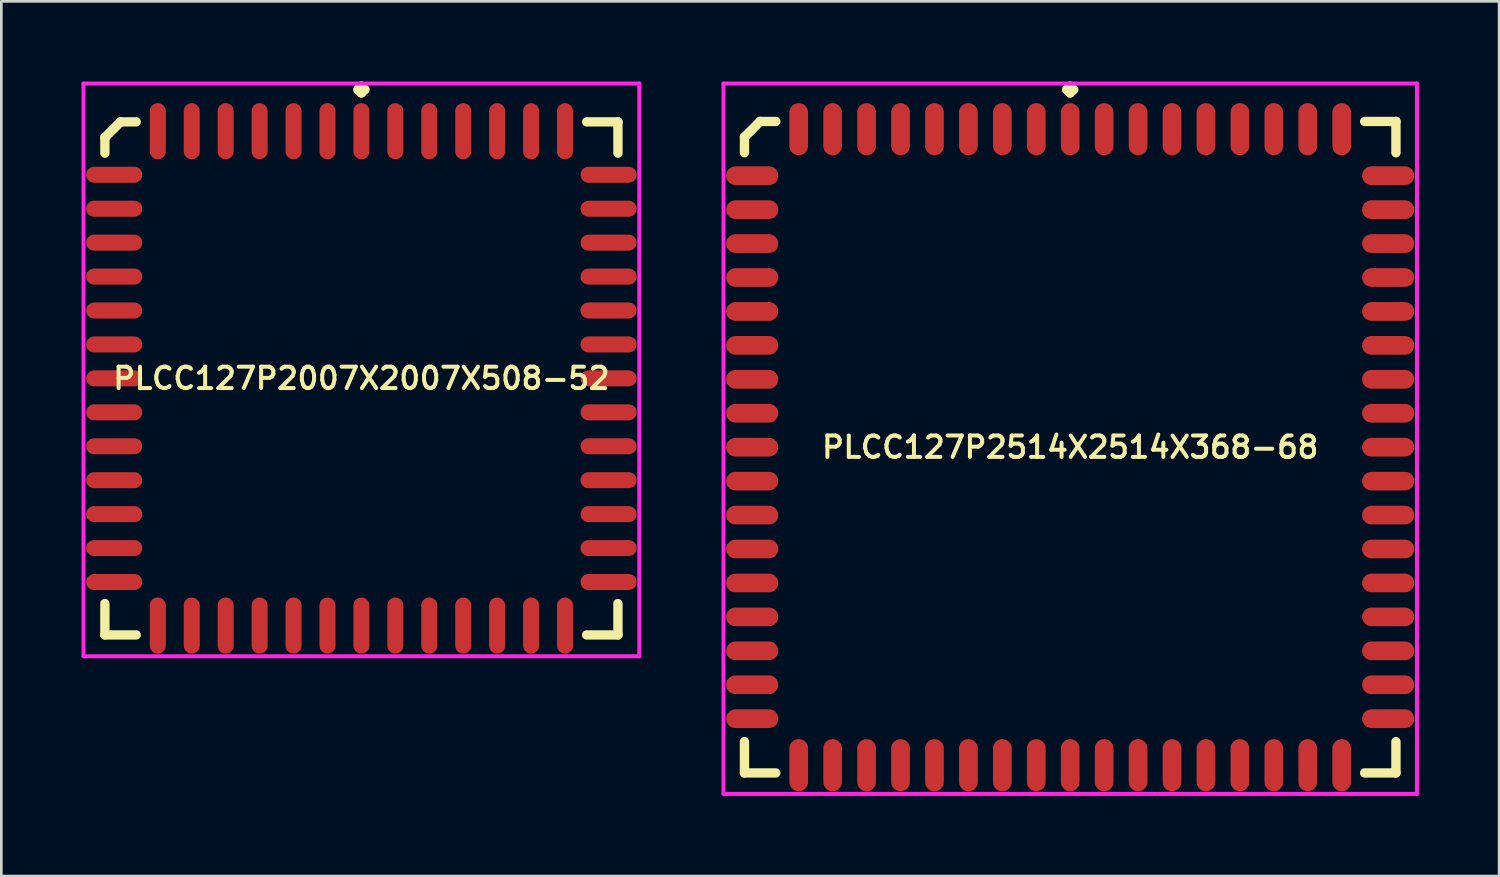
<source format=kicad_pcb>
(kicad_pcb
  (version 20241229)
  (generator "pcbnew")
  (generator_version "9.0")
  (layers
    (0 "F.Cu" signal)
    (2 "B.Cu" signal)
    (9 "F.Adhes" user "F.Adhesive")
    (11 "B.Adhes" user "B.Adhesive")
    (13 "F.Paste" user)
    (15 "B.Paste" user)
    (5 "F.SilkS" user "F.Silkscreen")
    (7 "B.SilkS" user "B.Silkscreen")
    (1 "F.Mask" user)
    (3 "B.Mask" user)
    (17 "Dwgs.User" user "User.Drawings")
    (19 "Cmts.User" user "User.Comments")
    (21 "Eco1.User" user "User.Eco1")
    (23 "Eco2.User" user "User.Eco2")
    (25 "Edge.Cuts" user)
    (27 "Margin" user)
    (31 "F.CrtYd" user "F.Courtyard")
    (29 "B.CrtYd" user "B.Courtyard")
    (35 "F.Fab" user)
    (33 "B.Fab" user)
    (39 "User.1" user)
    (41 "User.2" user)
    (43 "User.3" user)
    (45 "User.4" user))
  (footprint "PLCC127P2007X2007X508-52"
    (layer "F.Cu")
    (at 10.475 11.11)
    (property "Reference" "PLCC127P2007X2007X508-52" (at 0 0 0) (layer "F.SilkS") (effects (font (size 0.8 0.8) (thickness 0.15))))
    (attr through_hole)
    (fp_line (start -9.6 -9.014) (end -9.014 -9.6) (stroke (width 0.35) (type solid)) (layer "F.SilkS"))
    (fp_line (start -9.6 -8.428) (end -9.6 -9.014) (stroke (width 0.35) (type solid)) (layer "F.SilkS"))
    (fp_line (start -9.6 8.428) (end -9.6 9.6) (stroke (width 0.35) (type solid)) (layer "F.SilkS"))
    (fp_line (start -9.6 9.6) (end -8.428 9.6) (stroke (width 0.35) (type solid)) (layer "F.SilkS"))
    (fp_line (start -9.014 -9.6) (end -8.428 -9.6) (stroke (width 0.35) (type solid)) (layer "F.SilkS"))
    (fp_line (start -0.127 -10.808) (end 0 -10.935) (stroke (width 0.35) (type solid)) (layer "F.SilkS"))
    (fp_line (start 0 -10.935) (end 0.127 -10.808) (stroke (width 0.35) (type solid)) (layer "F.SilkS"))
    (fp_line (start 0 -10.681) (end -0.127 -10.808) (stroke (width 0.35) (type solid)) (layer "F.SilkS"))
    (fp_line (start 0.127 -10.808) (end 0 -10.681) (stroke (width 0.35) (type solid)) (layer "F.SilkS"))
    (fp_line (start 9.6 -9.6) (end 8.428 -9.6) (stroke (width 0.35) (type solid)) (layer "F.SilkS"))
    (fp_line (start 9.6 -8.428) (end 9.6 -9.6) (stroke (width 0.35) (type solid)) (layer "F.SilkS"))
    (fp_line (start 9.6 8.428) (end 9.6 9.6) (stroke (width 0.35) (type solid)) (layer "F.SilkS"))
    (fp_line (start 9.6 9.6) (end 8.428 9.6) (stroke (width 0.35) (type solid)) (layer "F.SilkS"))
    (fp_line (start -10.4 -11.035) (end 10.4 -11.035) (stroke (width 0.15) (type solid)) (layer "F.CrtYd"))
    (fp_line (start -10.4 10.4) (end -10.4 -11.035) (stroke (width 0.15) (type solid)) (layer "F.CrtYd"))
    (fp_line (start 10.4 -11.035) (end 10.4 10.4) (stroke (width 0.15) (type solid)) (layer "F.CrtYd"))
    (fp_line (start 10.4 10.4) (end -10.4 10.4) (stroke (width 0.15) (type solid)) (layer "F.CrtYd"))
    (pad "1" smd oval (at 0 -9.25) (size 0.6 2.1) (layers "F.Cu" "F.Mask" "F.Paste"))
    (pad "2" smd oval (at -1.27 -9.25) (size 0.6 2.1) (layers "F.Cu" "F.Mask" "F.Paste"))
    (pad "3" smd oval (at -2.54 -9.25) (size 0.6 2.1) (layers "F.Cu" "F.Mask" "F.Paste"))
    (pad "4" smd oval (at -3.81 -9.25) (size 0.6 2.1) (layers "F.Cu" "F.Mask" "F.Paste"))
    (pad "5" smd oval (at -5.08 -9.25) (size 0.6 2.1) (layers "F.Cu" "F.Mask" "F.Paste"))
    (pad "6" smd oval (at -6.35 -9.25) (size 0.6 2.1) (layers "F.Cu" "F.Mask" "F.Paste"))
    (pad "7" smd oval (at -7.62 -9.25) (size 0.6 2.1) (layers "F.Cu" "F.Mask" "F.Paste"))
    (pad "8" smd oval (at -9.25 -7.62) (size 2.1 0.6) (layers "F.Cu" "F.Mask" "F.Paste"))
    (pad "9" smd oval (at -9.25 -6.35) (size 2.1 0.6) (layers "F.Cu" "F.Mask" "F.Paste"))
    (pad "10" smd oval (at -9.25 -5.08) (size 2.1 0.6) (layers "F.Cu" "F.Mask" "F.Paste"))
    (pad "11" smd oval (at -9.25 -3.81) (size 2.1 0.6) (layers "F.Cu" "F.Mask" "F.Paste"))
    (pad "12" smd oval (at -9.25 -2.54) (size 2.1 0.6) (layers "F.Cu" "F.Mask" "F.Paste"))
    (pad "13" smd oval (at -9.25 -1.27) (size 2.1 0.6) (layers "F.Cu" "F.Mask" "F.Paste"))
    (pad "14" smd oval (at -9.25 0) (size 2.1 0.6) (layers "F.Cu" "F.Mask" "F.Paste"))
    (pad "15" smd oval (at -9.25 1.27) (size 2.1 0.6) (layers "F.Cu" "F.Mask" "F.Paste"))
    (pad "16" smd oval (at -9.25 2.54) (size 2.1 0.6) (layers "F.Cu" "F.Mask" "F.Paste"))
    (pad "17" smd oval (at -9.25 3.81) (size 2.1 0.6) (layers "F.Cu" "F.Mask" "F.Paste"))
    (pad "18" smd oval (at -9.25 5.08) (size 2.1 0.6) (layers "F.Cu" "F.Mask" "F.Paste"))
    (pad "19" smd oval (at -9.25 6.35) (size 2.1 0.6) (layers "F.Cu" "F.Mask" "F.Paste"))
    (pad "20" smd oval (at -9.25 7.62) (size 2.1 0.6) (layers "F.Cu" "F.Mask" "F.Paste"))
    (pad "21" smd oval (at -7.62 9.25) (size 0.6 2.1) (layers "F.Cu" "F.Mask" "F.Paste"))
    (pad "22" smd oval (at -6.35 9.25) (size 0.6 2.1) (layers "F.Cu" "F.Mask" "F.Paste"))
    (pad "23" smd oval (at -5.08 9.25) (size 0.6 2.1) (layers "F.Cu" "F.Mask" "F.Paste"))
    (pad "24" smd oval (at -3.81 9.25) (size 0.6 2.1) (layers "F.Cu" "F.Mask" "F.Paste"))
    (pad "25" smd oval (at -2.54 9.25) (size 0.6 2.1) (layers "F.Cu" "F.Mask" "F.Paste"))
    (pad "26" smd oval (at -1.27 9.25) (size 0.6 2.1) (layers "F.Cu" "F.Mask" "F.Paste"))
    (pad "27" smd oval (at 0 9.25) (size 0.6 2.1) (layers "F.Cu" "F.Mask" "F.Paste"))
    (pad "28" smd oval (at 1.27 9.25) (size 0.6 2.1) (layers "F.Cu" "F.Mask" "F.Paste"))
    (pad "29" smd oval (at 2.54 9.25) (size 0.6 2.1) (layers "F.Cu" "F.Mask" "F.Paste"))
    (pad "30" smd oval (at 3.81 9.25) (size 0.6 2.1) (layers "F.Cu" "F.Mask" "F.Paste"))
    (pad "31" smd oval (at 5.08 9.25) (size 0.6 2.1) (layers "F.Cu" "F.Mask" "F.Paste"))
    (pad "32" smd oval (at 6.35 9.25) (size 0.6 2.1) (layers "F.Cu" "F.Mask" "F.Paste"))
    (pad "33" smd oval (at 7.62 9.25) (size 0.6 2.1) (layers "F.Cu" "F.Mask" "F.Paste"))
    (pad "34" smd oval (at 9.25 7.62) (size 2.1 0.6) (layers "F.Cu" "F.Mask" "F.Paste"))
    (pad "35" smd oval (at 9.25 6.35) (size 2.1 0.6) (layers "F.Cu" "F.Mask" "F.Paste"))
    (pad "36" smd oval (at 9.25 5.08) (size 2.1 0.6) (layers "F.Cu" "F.Mask" "F.Paste"))
    (pad "37" smd oval (at 9.25 3.81) (size 2.1 0.6) (layers "F.Cu" "F.Mask" "F.Paste"))
    (pad "38" smd oval (at 9.25 2.54) (size 2.1 0.6) (layers "F.Cu" "F.Mask" "F.Paste"))
    (pad "39" smd oval (at 9.25 1.27) (size 2.1 0.6) (layers "F.Cu" "F.Mask" "F.Paste"))
    (pad "40" smd oval (at 9.25 0) (size 2.1 0.6) (layers "F.Cu" "F.Mask" "F.Paste"))
    (pad "41" smd oval (at 9.25 -1.27) (size 2.1 0.6) (layers "F.Cu" "F.Mask" "F.Paste"))
    (pad "42" smd oval (at 9.25 -2.54) (size 2.1 0.6) (layers "F.Cu" "F.Mask" "F.Paste"))
    (pad "43" smd oval (at 9.25 -3.81) (size 2.1 0.6) (layers "F.Cu" "F.Mask" "F.Paste"))
    (pad "44" smd oval (at 9.25 -5.08) (size 2.1 0.6) (layers "F.Cu" "F.Mask" "F.Paste"))
    (pad "45" smd oval (at 9.25 -6.35) (size 2.1 0.6) (layers "F.Cu" "F.Mask" "F.Paste"))
    (pad "46" smd oval (at 9.25 -7.62) (size 2.1 0.6) (layers "F.Cu" "F.Mask" "F.Paste"))
    (pad "47" smd oval (at 7.62 -9.25) (size 0.6 2.1) (layers "F.Cu" "F.Mask" "F.Paste"))
    (pad "48" smd oval (at 6.35 -9.25) (size 0.6 2.1) (layers "F.Cu" "F.Mask" "F.Paste"))
    (pad "49" smd oval (at 5.08 -9.25) (size 0.6 2.1) (layers "F.Cu" "F.Mask" "F.Paste"))
    (pad "50" smd oval (at 3.81 -9.25) (size 0.6 2.1) (layers "F.Cu" "F.Mask" "F.Paste"))
    (pad "51" smd oval (at 2.54 -9.25) (size 0.6 2.1) (layers "F.Cu" "F.Mask" "F.Paste"))
    (pad "52" smd oval (at 1.27 -9.25) (size 0.6 2.1) (layers "F.Cu" "F.Mask" "F.Paste")))
  (footprint "PLCC127P2514X2514X368-68"
    (layer "F.Cu")
    (at 37 13.685)
    (property "Reference" "PLCC127P2514X2514X368-68" (at 0 0 0) (layer "F.SilkS") (effects (font (size 0.8 0.8) (thickness 0.15))))
    (attr through_hole)
    (fp_line (start -12.19 -11.604) (end -11.604 -12.19) (stroke (width 0.35) (type solid)) (layer "F.SilkS"))
    (fp_line (start -12.19 -11.018) (end -12.19 -11.604) (stroke (width 0.35) (type solid)) (layer "F.SilkS"))
    (fp_line (start -12.19 11.018) (end -12.19 12.19) (stroke (width 0.35) (type solid)) (layer "F.SilkS"))
    (fp_line (start -12.19 12.19) (end -11.018 12.19) (stroke (width 0.35) (type solid)) (layer "F.SilkS"))
    (fp_line (start -11.604 -12.19) (end -11.018 -12.19) (stroke (width 0.35) (type solid)) (layer "F.SilkS"))
    (fp_line (start -0.127 -13.383) (end 0 -13.51) (stroke (width 0.35) (type solid)) (layer "F.SilkS"))
    (fp_line (start 0 -13.51) (end 0.127 -13.383) (stroke (width 0.35) (type solid)) (layer "F.SilkS"))
    (fp_line (start 0 -13.256) (end -0.127 -13.383) (stroke (width 0.35) (type solid)) (layer "F.SilkS"))
    (fp_line (start 0.127 -13.383) (end 0 -13.256) (stroke (width 0.35) (type solid)) (layer "F.SilkS"))
    (fp_line (start 12.19 -12.19) (end 11.018 -12.19) (stroke (width 0.35) (type solid)) (layer "F.SilkS"))
    (fp_line (start 12.19 -11.018) (end 12.19 -12.19) (stroke (width 0.35) (type solid)) (layer "F.SilkS"))
    (fp_line (start 12.19 11.018) (end 12.19 12.19) (stroke (width 0.35) (type solid)) (layer "F.SilkS"))
    (fp_line (start 12.19 12.19) (end 11.018 12.19) (stroke (width 0.35) (type solid)) (layer "F.SilkS"))
    (fp_line (start -12.975 -13.61) (end 12.975 -13.61) (stroke (width 0.15) (type solid)) (layer "F.CrtYd"))
    (fp_line (start -12.975 12.975) (end -12.975 -13.61) (stroke (width 0.15) (type solid)) (layer "F.CrtYd"))
    (fp_line (start 12.975 -13.61) (end 12.975 12.975) (stroke (width 0.15) (type solid)) (layer "F.CrtYd"))
    (fp_line (start 12.975 12.975) (end -12.975 12.975) (stroke (width 0.15) (type solid)) (layer "F.CrtYd"))
    (pad "1" smd oval (at 0 -11.9) (size 0.7 1.95) (layers "F.Cu" "F.Mask" "F.Paste"))
    (pad "2" smd oval (at -1.27 -11.9) (size 0.7 1.95) (layers "F.Cu" "F.Mask" "F.Paste"))
    (pad "3" smd oval (at -2.54 -11.9) (size 0.7 1.95) (layers "F.Cu" "F.Mask" "F.Paste"))
    (pad "4" smd oval (at -3.81 -11.9) (size 0.7 1.95) (layers "F.Cu" "F.Mask" "F.Paste"))
    (pad "5" smd oval (at -5.08 -11.9) (size 0.7 1.95) (layers "F.Cu" "F.Mask" "F.Paste"))
    (pad "6" smd oval (at -6.35 -11.9) (size 0.7 1.95) (layers "F.Cu" "F.Mask" "F.Paste"))
    (pad "7" smd oval (at -7.62 -11.9) (size 0.7 1.95) (layers "F.Cu" "F.Mask" "F.Paste"))
    (pad "8" smd oval (at -8.89 -11.9) (size 0.7 1.95) (layers "F.Cu" "F.Mask" "F.Paste"))
    (pad "9" smd oval (at -10.16 -11.9) (size 0.7 1.95) (layers "F.Cu" "F.Mask" "F.Paste"))
    (pad "10" smd oval (at -11.9 -10.16) (size 1.95 0.7) (layers "F.Cu" "F.Mask" "F.Paste"))
    (pad "11" smd oval (at -11.9 -8.89) (size 1.95 0.7) (layers "F.Cu" "F.Mask" "F.Paste"))
    (pad "12" smd oval (at -11.9 -7.62) (size 1.95 0.7) (layers "F.Cu" "F.Mask" "F.Paste"))
    (pad "13" smd oval (at -11.9 -6.35) (size 1.95 0.7) (layers "F.Cu" "F.Mask" "F.Paste"))
    (pad "14" smd oval (at -11.9 -5.08) (size 1.95 0.7) (layers "F.Cu" "F.Mask" "F.Paste"))
    (pad "15" smd oval (at -11.9 -3.81) (size 1.95 0.7) (layers "F.Cu" "F.Mask" "F.Paste"))
    (pad "16" smd oval (at -11.9 -2.54) (size 1.95 0.7) (layers "F.Cu" "F.Mask" "F.Paste"))
    (pad "17" smd oval (at -11.9 -1.27) (size 1.95 0.7) (layers "F.Cu" "F.Mask" "F.Paste"))
    (pad "18" smd oval (at -11.9 0) (size 1.95 0.7) (layers "F.Cu" "F.Mask" "F.Paste"))
    (pad "19" smd oval (at -11.9 1.27) (size 1.95 0.7) (layers "F.Cu" "F.Mask" "F.Paste"))
    (pad "20" smd oval (at -11.9 2.54) (size 1.95 0.7) (layers "F.Cu" "F.Mask" "F.Paste"))
    (pad "21" smd oval (at -11.9 3.81) (size 1.95 0.7) (layers "F.Cu" "F.Mask" "F.Paste"))
    (pad "22" smd oval (at -11.9 5.08) (size 1.95 0.7) (layers "F.Cu" "F.Mask" "F.Paste"))
    (pad "23" smd oval (at -11.9 6.35) (size 1.95 0.7) (layers "F.Cu" "F.Mask" "F.Paste"))
    (pad "24" smd oval (at -11.9 7.62) (size 1.95 0.7) (layers "F.Cu" "F.Mask" "F.Paste"))
    (pad "25" smd oval (at -11.9 8.89) (size 1.95 0.7) (layers "F.Cu" "F.Mask" "F.Paste"))
    (pad "26" smd oval (at -11.9 10.16) (size 1.95 0.7) (layers "F.Cu" "F.Mask" "F.Paste"))
    (pad "27" smd oval (at -10.16 11.9) (size 0.7 1.95) (layers "F.Cu" "F.Mask" "F.Paste"))
    (pad "28" smd oval (at -8.89 11.9) (size 0.7 1.95) (layers "F.Cu" "F.Mask" "F.Paste"))
    (pad "29" smd oval (at -7.62 11.9) (size 0.7 1.95) (layers "F.Cu" "F.Mask" "F.Paste"))
    (pad "30" smd oval (at -6.35 11.9) (size 0.7 1.95) (layers "F.Cu" "F.Mask" "F.Paste"))
    (pad "31" smd oval (at -5.08 11.9) (size 0.7 1.95) (layers "F.Cu" "F.Mask" "F.Paste"))
    (pad "32" smd oval (at -3.81 11.9) (size 0.7 1.95) (layers "F.Cu" "F.Mask" "F.Paste"))
    (pad "33" smd oval (at -2.54 11.9) (size 0.7 1.95) (layers "F.Cu" "F.Mask" "F.Paste"))
    (pad "34" smd oval (at -1.27 11.9) (size 0.7 1.95) (layers "F.Cu" "F.Mask" "F.Paste"))
    (pad "35" smd oval (at 0 11.9) (size 0.7 1.95) (layers "F.Cu" "F.Mask" "F.Paste"))
    (pad "36" smd oval (at 1.27 11.9) (size 0.7 1.95) (layers "F.Cu" "F.Mask" "F.Paste"))
    (pad "37" smd oval (at 2.54 11.9) (size 0.7 1.95) (layers "F.Cu" "F.Mask" "F.Paste"))
    (pad "38" smd oval (at 3.81 11.9) (size 0.7 1.95) (layers "F.Cu" "F.Mask" "F.Paste"))
    (pad "39" smd oval (at 5.08 11.9) (size 0.7 1.95) (layers "F.Cu" "F.Mask" "F.Paste"))
    (pad "40" smd oval (at 6.35 11.9) (size 0.7 1.95) (layers "F.Cu" "F.Mask" "F.Paste"))
    (pad "41" smd oval (at 7.62 11.9) (size 0.7 1.95) (layers "F.Cu" "F.Mask" "F.Paste"))
    (pad "42" smd oval (at 8.89 11.9) (size 0.7 1.95) (layers "F.Cu" "F.Mask" "F.Paste"))
    (pad "43" smd oval (at 10.16 11.9) (size 0.7 1.95) (layers "F.Cu" "F.Mask" "F.Paste"))
    (pad "44" smd oval (at 11.9 10.16) (size 1.95 0.7) (layers "F.Cu" "F.Mask" "F.Paste"))
    (pad "45" smd oval (at 11.9 8.89) (size 1.95 0.7) (layers "F.Cu" "F.Mask" "F.Paste"))
    (pad "46" smd oval (at 11.9 7.62) (size 1.95 0.7) (layers "F.Cu" "F.Mask" "F.Paste"))
    (pad "47" smd oval (at 11.9 6.35) (size 1.95 0.7) (layers "F.Cu" "F.Mask" "F.Paste"))
    (pad "48" smd oval (at 11.9 5.08) (size 1.95 0.7) (layers "F.Cu" "F.Mask" "F.Paste"))
    (pad "49" smd oval (at 11.9 3.81) (size 1.95 0.7) (layers "F.Cu" "F.Mask" "F.Paste"))
    (pad "50" smd oval (at 11.9 2.54) (size 1.95 0.7) (layers "F.Cu" "F.Mask" "F.Paste"))
    (pad "51" smd oval (at 11.9 1.27) (size 1.95 0.7) (layers "F.Cu" "F.Mask" "F.Paste"))
    (pad "52" smd oval (at 11.9 0) (size 1.95 0.7) (layers "F.Cu" "F.Mask" "F.Paste"))
    (pad "53" smd oval (at 11.9 -1.27) (size 1.95 0.7) (layers "F.Cu" "F.Mask" "F.Paste"))
    (pad "54" smd oval (at 11.9 -2.54) (size 1.95 0.7) (layers "F.Cu" "F.Mask" "F.Paste"))
    (pad "55" smd oval (at 11.9 -3.81) (size 1.95 0.7) (layers "F.Cu" "F.Mask" "F.Paste"))
    (pad "56" smd oval (at 11.9 -5.08) (size 1.95 0.7) (layers "F.Cu" "F.Mask" "F.Paste"))
    (pad "57" smd oval (at 11.9 -6.35) (size 1.95 0.7) (layers "F.Cu" "F.Mask" "F.Paste"))
    (pad "58" smd oval (at 11.9 -7.62) (size 1.95 0.7) (layers "F.Cu" "F.Mask" "F.Paste"))
    (pad "59" smd oval (at 11.9 -8.89) (size 1.95 0.7) (layers "F.Cu" "F.Mask" "F.Paste"))
    (pad "60" smd oval (at 11.9 -10.16) (size 1.95 0.7) (layers "F.Cu" "F.Mask" "F.Paste"))
    (pad "61" smd oval (at 10.16 -11.9) (size 0.7 1.95) (layers "F.Cu" "F.Mask" "F.Paste"))
    (pad "62" smd oval (at 8.89 -11.9) (size 0.7 1.95) (layers "F.Cu" "F.Mask" "F.Paste"))
    (pad "63" smd oval (at 7.62 -11.9) (size 0.7 1.95) (layers "F.Cu" "F.Mask" "F.Paste"))
    (pad "64" smd oval (at 6.35 -11.9) (size 0.7 1.95) (layers "F.Cu" "F.Mask" "F.Paste"))
    (pad "65" smd oval (at 5.08 -11.9) (size 0.7 1.95) (layers "F.Cu" "F.Mask" "F.Paste"))
    (pad "66" smd oval (at 3.81 -11.9) (size 0.7 1.95) (layers "F.Cu" "F.Mask" "F.Paste"))
    (pad "67" smd oval (at 2.54 -11.9) (size 0.7 1.95) (layers "F.Cu" "F.Mask" "F.Paste"))
    (pad "68" smd oval (at 1.27 -11.9) (size 0.7 1.95) (layers "F.Cu" "F.Mask" "F.Paste")))
  (gr_rect
    (start -3 -3)
    (end 53.05 29.735)
    (stroke (width 0.1) (type default))
    (fill no)
    (layer "Edge.Cuts")))
</source>
